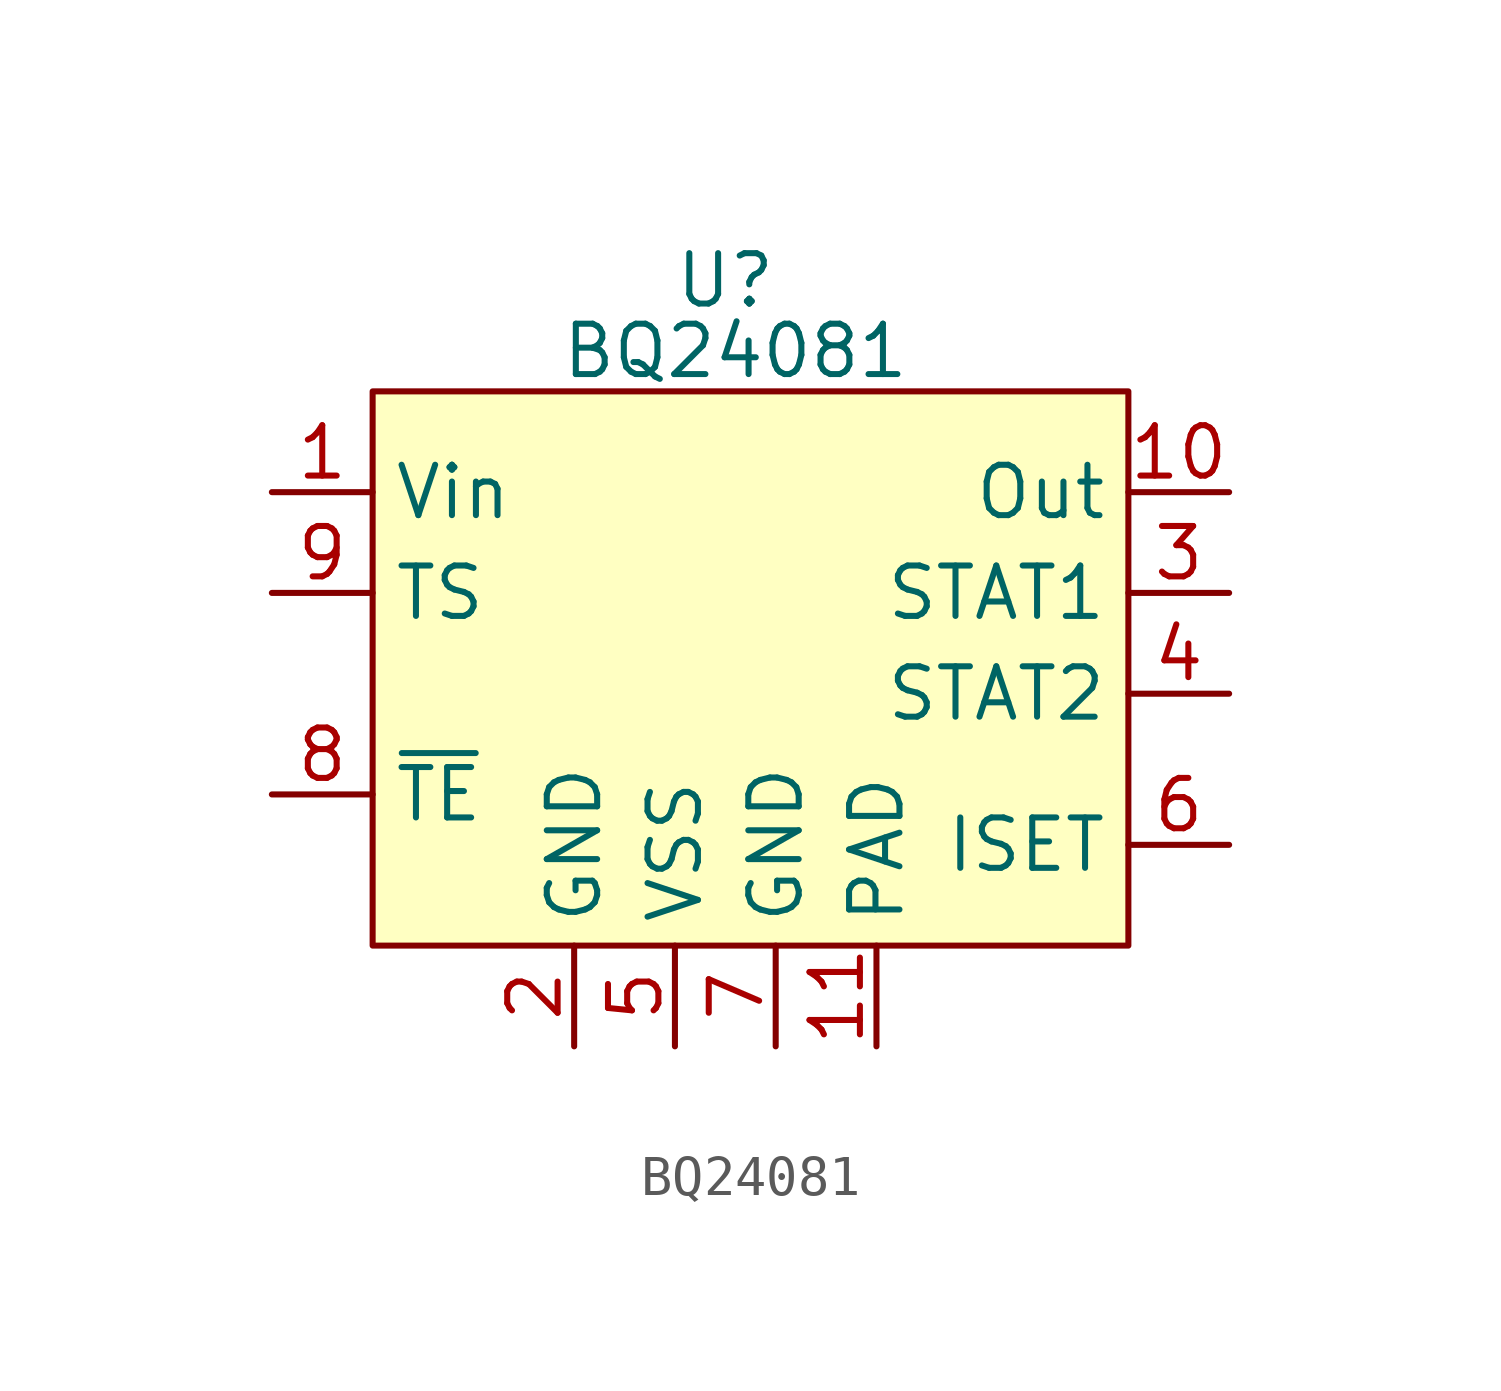
<source format=kicad_sym>
(kicad_symbol_lib
  (version 20231120)
  (generator "kicad_symbol_editor")
  (generator_version "8.0")
  (symbol "BQ24081"
    (property "Reference" "U"
      (at 0 6.604 0)
      (effects (font (size 1.27 1.27))))
    (property "Value" "BQ24081"
      (at 0.254 4.826 0)
      (effects (font (size 1.27 1.27))))
    (property "LCSC" ""
      (at 0 0 0)
      (effects (font (size 1.27 1.27))))
    (property "Link" ""
      (at 0 0 0)
      (effects (font (size 1.27 1.27))))
    (symbol "BQ24081_1_1"
      (rectangle (start -8.89 3.81) (end 10.16 -10.16) (stroke (width 0) (type default)) (fill (type background)))
      (pin power_in line (at -11.43 1.27 0) (length 2.54) (name "Vin" (effects (font (size 1.27 1.27)))) (number "1" (effects (font (size 1.27 1.27)))))
      (pin output line (at 12.7 1.27 180) (length 2.54) (name "Out" (effects (font (size 1.27 1.27)))) (number "10" (effects (font (size 1.27 1.27)))))
      (pin power_in line (at 3.81 -12.7 90) (length 2.54) (name "PAD" (effects (font (size 1.27 1.27)))) (number "11" (effects (font (size 1.27 1.27)))))
      (pin power_in line (at -3.81 -12.7 90) (length 2.54) (name "GND" (effects (font (size 1.27 1.27)))) (number "2" (effects (font (size 1.27 1.27)))))
      (pin open_collector line (at 12.7 -1.27 180) (length 2.54) (name "STAT1" (effects (font (size 1.27 1.27)))) (number "3" (effects (font (size 1.27 1.27)))))
      (pin open_collector line (at 12.7 -3.81 180) (length 2.54) (name "STAT2" (effects (font (size 1.27 1.27)))) (number "4" (effects (font (size 1.27 1.27)))))
      (pin power_in line (at -1.27 -12.7 90) (length 2.54) (name "VSS" (effects (font (size 1.27 1.27)))) (number "5" (effects (font (size 1.27 1.27)))))
      (pin passive line (at 12.7 -7.62 180) (length 2.54) (name "ISET" (effects (font (size 1.27 1.27)))) (number "6" (effects (font (size 1.27 1.27)))))
      (pin power_in line (at 1.27 -12.7 90) (length 2.54) (name "GND" (effects (font (size 1.27 1.27)))) (number "7" (effects (font (size 1.27 1.27)))))
      (pin passive line (at -11.43 -6.35 0) (length 2.54) (name "~{TE}" (effects (font (size 1.27 1.27)))) (number "8" (effects (font (size 1.27 1.27)))))
      (pin passive line (at -11.43 -1.27 0) (length 2.54) (name "TS" (effects (font (size 1.27 1.27)))) (number "9" (effects (font (size 1.27 1.27))))))))
</source>
